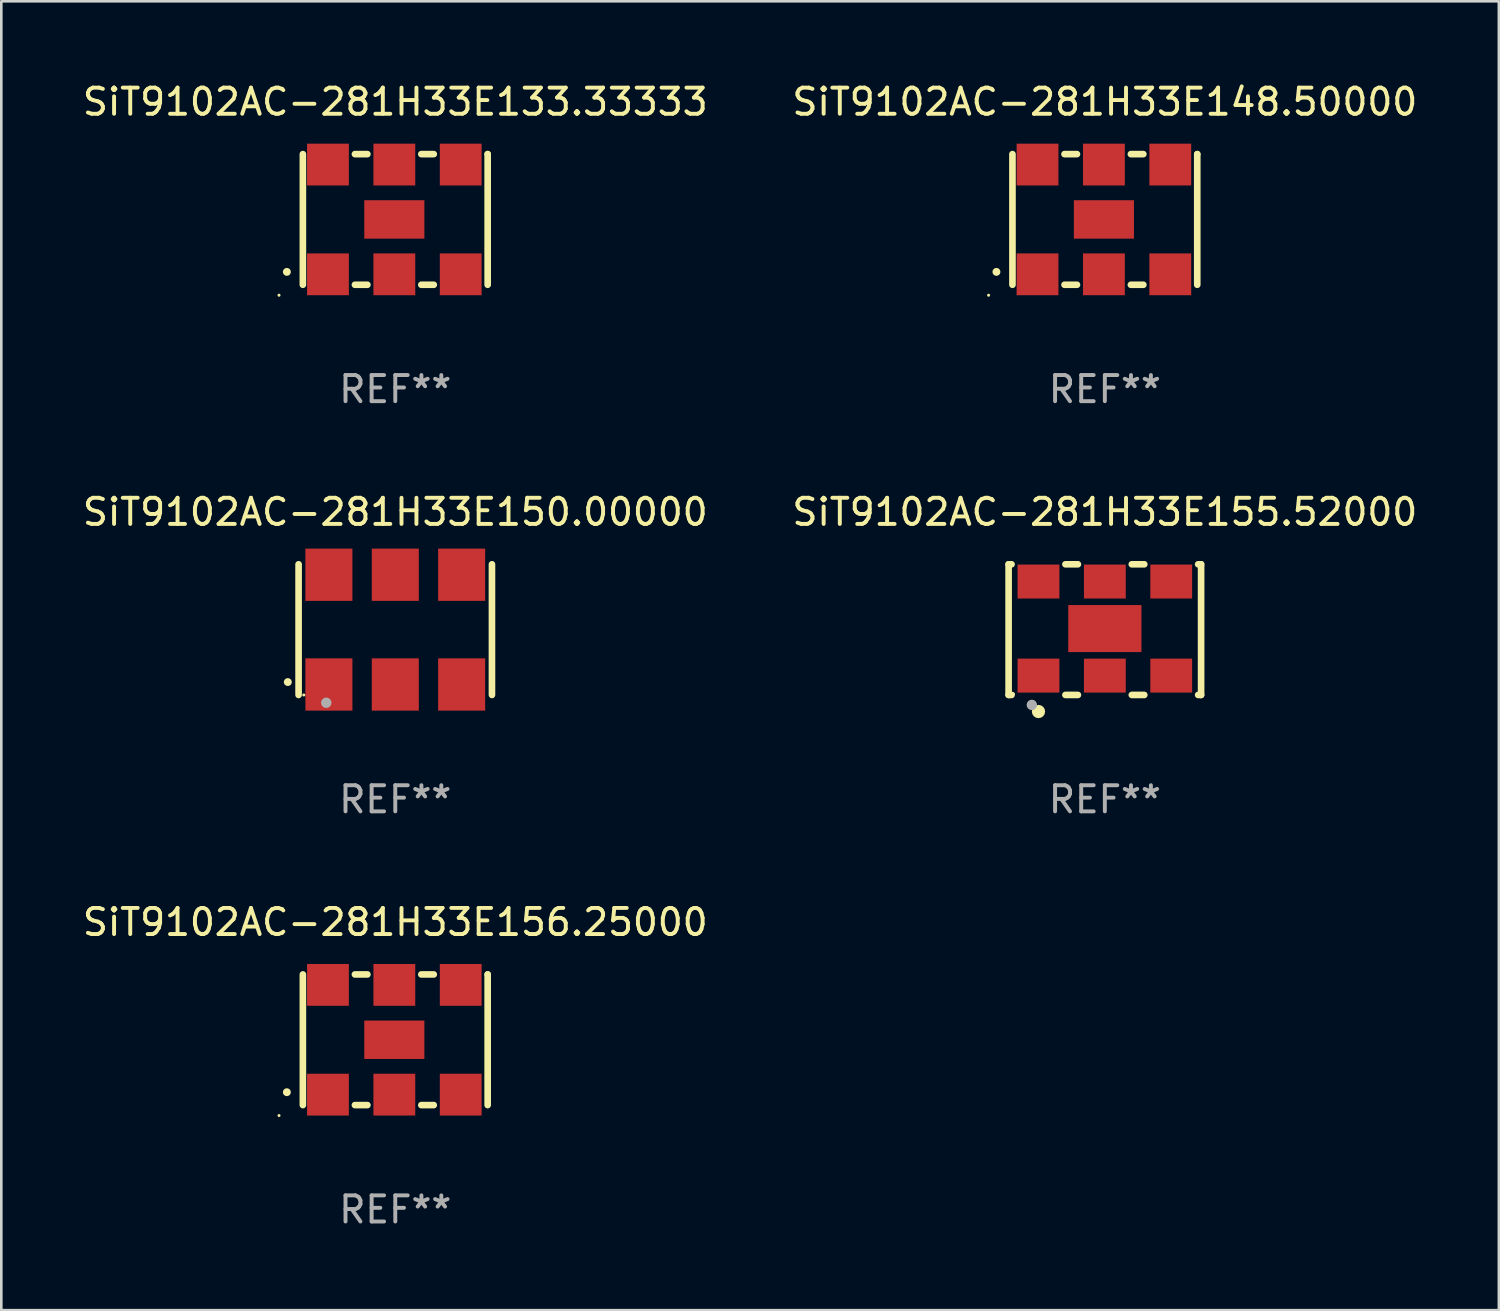
<source format=kicad_pcb>
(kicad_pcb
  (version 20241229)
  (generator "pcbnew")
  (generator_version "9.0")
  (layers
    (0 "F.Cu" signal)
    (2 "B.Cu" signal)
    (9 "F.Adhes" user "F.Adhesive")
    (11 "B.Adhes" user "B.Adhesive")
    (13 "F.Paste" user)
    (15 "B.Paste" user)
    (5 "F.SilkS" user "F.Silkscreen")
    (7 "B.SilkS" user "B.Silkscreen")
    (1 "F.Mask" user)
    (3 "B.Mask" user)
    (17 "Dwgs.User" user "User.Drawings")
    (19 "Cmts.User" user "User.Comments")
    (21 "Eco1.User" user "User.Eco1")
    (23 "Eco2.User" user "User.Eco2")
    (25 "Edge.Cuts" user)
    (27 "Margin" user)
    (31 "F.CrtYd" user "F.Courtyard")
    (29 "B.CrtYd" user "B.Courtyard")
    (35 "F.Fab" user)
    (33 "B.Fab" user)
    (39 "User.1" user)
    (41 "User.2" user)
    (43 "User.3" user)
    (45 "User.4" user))
  (footprint "SiT9102AC-281H33E156.25000"
    (layer "F.Cu")
    (at 12.077 36.741)
    (property "Reference" "SiT9102AC-281H33E156.25000" (at 0 -4.5 0) (layer "F.SilkS") (effects (font (size 1 1) (thickness 0.15))))
    (attr through_hole)
    (fp_line (start -3.536 -2.5) (end -3.536 2.5) (stroke (width 0.254) (type solid)) (layer "F.SilkS"))
    (fp_line (start -1.544 2.5) (end -1.067 2.5) (stroke (width 0.254) (type solid)) (layer "F.SilkS"))
    (fp_line (start -1.067 -2.5) (end -1.544 -2.5) (stroke (width 0.254) (type solid)) (layer "F.SilkS"))
    (fp_line (start 0.996 2.5) (end 1.473 2.5) (stroke (width 0.254) (type solid)) (layer "F.SilkS"))
    (fp_line (start 1.473 -2.5) (end 0.996 -2.5) (stroke (width 0.254) (type solid)) (layer "F.SilkS"))
    (fp_line (start 3.536 -2.5) (end 3.536 -2.5) (stroke (width 0.254) (type solid)) (layer "F.SilkS"))
    (fp_line (start 3.536 2.5) (end 3.536 -2.5) (stroke (width 0.254) (type solid)) (layer "F.SilkS"))
    (fp_arc (start -4.150432 2.006604) (mid -4.149162 2.006599) (end -4.147892 2.006604) (stroke (width 0.3) (type solid)) (layer "F.SilkS"))
    (fp_circle (center -4.449 2.9) (end -4.419 2.9) (stroke (width 0.06) (type solid)) (fill no) (layer "F.SilkS"))
    (fp_text user "REF**" (at 0 6.5 0) (layer "F.Fab") (effects (font (size 1 1) (thickness 0.15))))
    (pad "1" smd rect (at -2.576 2.1) (size 1.6 1.6) (layers "F.Cu" "F.Mask" "F.Paste"))
    (pad "2" smd rect (at -0.036 2.1) (size 1.6 1.6) (layers "F.Cu" "F.Mask" "F.Paste"))
    (pad "3" smd rect (at 2.504 2.1) (size 1.6 1.6) (layers "F.Cu" "F.Mask" "F.Paste"))
    (pad "4" smd rect (at 2.504 -2.1) (size 1.6 1.6) (layers "F.Cu" "F.Mask" "F.Paste"))
    (pad "5" smd rect (at -0.036 -2.1) (size 1.6 1.6) (layers "F.Cu" "F.Mask" "F.Paste"))
    (pad "6" smd rect (at -2.576 -2.1) (size 1.6 1.6) (layers "F.Cu" "F.Mask" "F.Paste"))
    (pad "7" smd rect (at -0.036 0) (size 2.3 1.47) (layers "F.Cu" "F.Mask" "F.Paste")))
  (footprint "SiT9102AC-281H33E148.50000"
    (layer "F.Cu")
    (at 39.232 5.348)
    (property "Reference" "SiT9102AC-281H33E148.50000" (at 0 -4.5 0) (layer "F.SilkS") (effects (font (size 1 1) (thickness 0.15))))
    (attr through_hole)
    (fp_line (start -3.536 -2.5) (end -3.536 2.5) (stroke (width 0.254) (type solid)) (layer "F.SilkS"))
    (fp_line (start -1.544 2.5) (end -1.067 2.5) (stroke (width 0.254) (type solid)) (layer "F.SilkS"))
    (fp_line (start -1.067 -2.5) (end -1.544 -2.5) (stroke (width 0.254) (type solid)) (layer "F.SilkS"))
    (fp_line (start 0.996 2.5) (end 1.473 2.5) (stroke (width 0.254) (type solid)) (layer "F.SilkS"))
    (fp_line (start 1.473 -2.5) (end 0.996 -2.5) (stroke (width 0.254) (type solid)) (layer "F.SilkS"))
    (fp_line (start 3.536 -2.5) (end 3.536 -2.5) (stroke (width 0.254) (type solid)) (layer "F.SilkS"))
    (fp_line (start 3.536 2.5) (end 3.536 -2.5) (stroke (width 0.254) (type solid)) (layer "F.SilkS"))
    (fp_arc (start -4.150432 2.006604) (mid -4.149162 2.006599) (end -4.147892 2.006604) (stroke (width 0.3) (type solid)) (layer "F.SilkS"))
    (fp_circle (center -4.449 2.9) (end -4.419 2.9) (stroke (width 0.06) (type solid)) (fill no) (layer "F.SilkS"))
    (fp_text user "REF**" (at 0 6.5 0) (layer "F.Fab") (effects (font (size 1 1) (thickness 0.15))))
    (pad "1" smd rect (at -2.576 2.1) (size 1.6 1.6) (layers "F.Cu" "F.Mask" "F.Paste"))
    (pad "2" smd rect (at -0.036 2.1) (size 1.6 1.6) (layers "F.Cu" "F.Mask" "F.Paste"))
    (pad "3" smd rect (at 2.504 2.1) (size 1.6 1.6) (layers "F.Cu" "F.Mask" "F.Paste"))
    (pad "4" smd rect (at 2.504 -2.1) (size 1.6 1.6) (layers "F.Cu" "F.Mask" "F.Paste"))
    (pad "5" smd rect (at -0.036 -2.1) (size 1.6 1.6) (layers "F.Cu" "F.Mask" "F.Paste"))
    (pad "6" smd rect (at -2.576 -2.1) (size 1.6 1.6) (layers "F.Cu" "F.Mask" "F.Paste"))
    (pad "7" smd rect (at -0.036 0) (size 2.3 1.47) (layers "F.Cu" "F.Mask" "F.Paste")))
  (footprint "SiT9102AC-281H33E150.00000"
    (layer "F.Cu")
    (at 12.077 21.045)
    (property "Reference" "SiT9102AC-281H33E150.00000" (at 0 -4.5 0) (layer "F.SilkS") (effects (font (size 1 1) (thickness 0.15))))
    (attr through_hole)
    (fp_line (start -3.7 -2.5) (end -3.7 2.5) (stroke (width 0.254) (type solid)) (layer "F.SilkS"))
    (fp_line (start 3.7 -2.5) (end 3.7 2.5) (stroke (width 0.254) (type solid)) (layer "F.SilkS"))
    (fp_arc (start -4.114415 2.006604) (mid -4.113145 2.006599) (end -4.111875 2.006604) (stroke (width 0.3) (type solid)) (layer "F.SilkS"))
    (fp_circle (center -3.5 2.501) (end -3.47 2.501) (stroke (width 0.06) (type solid)) (fill no) (layer "F.SilkS"))
    (fp_circle (center -2.641 2.799) (end -2.541 2.799) (stroke (width 0.2) (type solid)) (fill no) (layer "F.Fab"))
    (fp_text user "REF**" (at 0 6.5 0) (layer "F.Fab") (effects (font (size 1 1) (thickness 0.15))))
    (pad "1" smd rect (at -2.54 2.1) (size 1.8 2) (layers "F.Cu" "F.Mask" "F.Paste"))
    (pad "2" smd rect (at 0.000394 2.1) (size 1.8 2) (layers "F.Cu" "F.Mask" "F.Paste"))
    (pad "3" smd rect (at 2.54 2.1) (size 1.8 2) (layers "F.Cu" "F.Mask" "F.Paste"))
    (pad "4" smd rect (at 2.54 -2.1) (size 1.8 2) (layers "F.Cu" "F.Mask" "F.Paste"))
    (pad "5" smd rect (at 0.000394 -2.1) (size 1.8 2) (layers "F.Cu" "F.Mask" "F.Paste"))
    (pad "6" smd rect (at -2.54 -2.1) (size 1.8 2) (layers "F.Cu" "F.Mask" "F.Paste")))
  (footprint "SiT9102AC-281H33E155.52000"
    (layer "F.Cu")
    (at 39.232 21.045)
    (property "Reference" "SiT9102AC-281H33E155.52000" (at 0 -4.5 0) (layer "F.SilkS") (effects (font (size 1 1) (thickness 0.15))))
    (attr through_hole)
    (fp_line (start -3.683 -2.5) (end -3.571 -2.5) (stroke (width 0.254) (type solid)) (layer "F.SilkS"))
    (fp_line (start -3.683 2.5) (end -3.683 -2.5) (stroke (width 0.254) (type solid)) (layer "F.SilkS"))
    (fp_line (start -3.683 2.5) (end -3.571 2.5) (stroke (width 0.254) (type solid)) (layer "F.SilkS"))
    (fp_line (start -1.509 -2.5) (end -1.031 -2.5) (stroke (width 0.254) (type solid)) (layer "F.SilkS"))
    (fp_line (start -1.509 2.5) (end -1.031 2.5) (stroke (width 0.254) (type solid)) (layer "F.SilkS"))
    (fp_line (start 1.031 -2.5) (end 1.509 -2.5) (stroke (width 0.254) (type solid)) (layer "F.SilkS"))
    (fp_line (start 1.031 2.5) (end 1.509 2.5) (stroke (width 0.254) (type solid)) (layer "F.SilkS"))
    (fp_line (start 3.571 -2.5) (end 3.683 -2.5) (stroke (width 0.254) (type solid)) (layer "F.SilkS"))
    (fp_line (start 3.571 2.5) (end 3.683 2.5) (stroke (width 0.254) (type solid)) (layer "F.SilkS"))
    (fp_line (start 3.683 2.5) (end 3.683 -2.5) (stroke (width 0.254) (type solid)) (layer "F.SilkS"))
    (fp_circle (center -3.5 2.46) (end -3.47 2.46) (stroke (width 0.06) (type solid)) (fill no) (layer "F.SilkS"))
    (fp_circle (center -2.54 3.135) (end -2.413 3.135) (stroke (width 0.254) (type solid)) (fill no) (layer "F.SilkS"))
    (fp_circle (center -2.794 2.881) (end -2.694 2.881) (stroke (width 0.2) (type solid)) (fill no) (layer "F.Fab"))
    (fp_text user "REF**" (at 0 6.5 0) (layer "F.Fab") (effects (font (size 1 1) (thickness 0.15))))
    (pad "1" smd rect (at -2.54 1.76) (size 1.6 1.3) (layers "F.Cu" "F.Mask" "F.Paste"))
    (pad "2" smd rect (at 0 1.76) (size 1.6 1.3) (layers "F.Cu" "F.Mask" "F.Paste"))
    (pad "3" smd rect (at 2.54 1.76) (size 1.6 1.3) (layers "F.Cu" "F.Mask" "F.Paste"))
    (pad "4" smd rect (at 2.54 -1.84) (size 1.6 1.3) (layers "F.Cu" "F.Mask" "F.Paste"))
    (pad "5" smd rect (at 0 -1.84) (size 1.6 1.3) (layers "F.Cu" "F.Mask" "F.Paste"))
    (pad "6" smd rect (at -2.54 -1.84) (size 1.6 1.3) (layers "F.Cu" "F.Mask" "F.Paste"))
    (pad "7" smd rect (at 0 -0.04) (size 2.8 1.8) (layers "F.Cu" "F.Mask" "F.Paste")))
  (footprint "SiT9102AC-281H33E133.33333"
    (layer "F.Cu")
    (at 12.077 5.348)
    (property "Reference" "SiT9102AC-281H33E133.33333" (at 0 -4.5 0) (layer "F.SilkS") (effects (font (size 1 1) (thickness 0.15))))
    (attr through_hole)
    (fp_line (start -3.536 -2.5) (end -3.536 2.5) (stroke (width 0.254) (type solid)) (layer "F.SilkS"))
    (fp_line (start -1.544 2.5) (end -1.067 2.5) (stroke (width 0.254) (type solid)) (layer "F.SilkS"))
    (fp_line (start -1.067 -2.5) (end -1.544 -2.5) (stroke (width 0.254) (type solid)) (layer "F.SilkS"))
    (fp_line (start 0.996 2.5) (end 1.473 2.5) (stroke (width 0.254) (type solid)) (layer "F.SilkS"))
    (fp_line (start 1.473 -2.5) (end 0.996 -2.5) (stroke (width 0.254) (type solid)) (layer "F.SilkS"))
    (fp_line (start 3.536 -2.5) (end 3.536 -2.5) (stroke (width 0.254) (type solid)) (layer "F.SilkS"))
    (fp_line (start 3.536 2.5) (end 3.536 -2.5) (stroke (width 0.254) (type solid)) (layer "F.SilkS"))
    (fp_arc (start -4.150432 2.006604) (mid -4.149162 2.006599) (end -4.147892 2.006604) (stroke (width 0.3) (type solid)) (layer "F.SilkS"))
    (fp_circle (center -4.449 2.9) (end -4.419 2.9) (stroke (width 0.06) (type solid)) (fill no) (layer "F.SilkS"))
    (fp_text user "REF**" (at 0 6.5 0) (layer "F.Fab") (effects (font (size 1 1) (thickness 0.15))))
    (pad "1" smd rect (at -2.576 2.1) (size 1.6 1.6) (layers "F.Cu" "F.Mask" "F.Paste"))
    (pad "2" smd rect (at -0.036 2.1) (size 1.6 1.6) (layers "F.Cu" "F.Mask" "F.Paste"))
    (pad "3" smd rect (at 2.504 2.1) (size 1.6 1.6) (layers "F.Cu" "F.Mask" "F.Paste"))
    (pad "4" smd rect (at 2.504 -2.1) (size 1.6 1.6) (layers "F.Cu" "F.Mask" "F.Paste"))
    (pad "5" smd rect (at -0.036 -2.1) (size 1.6 1.6) (layers "F.Cu" "F.Mask" "F.Paste"))
    (pad "6" smd rect (at -2.576 -2.1) (size 1.6 1.6) (layers "F.Cu" "F.Mask" "F.Paste"))
    (pad "7" smd rect (at -0.036 0) (size 2.3 1.47) (layers "F.Cu" "F.Mask" "F.Paste")))
  (gr_rect
    (start -3 -3)
    (end 54.31 47.09)
    (stroke (width 0.1) (type default))
    (fill no)
    (layer "Edge.Cuts")))
</source>
